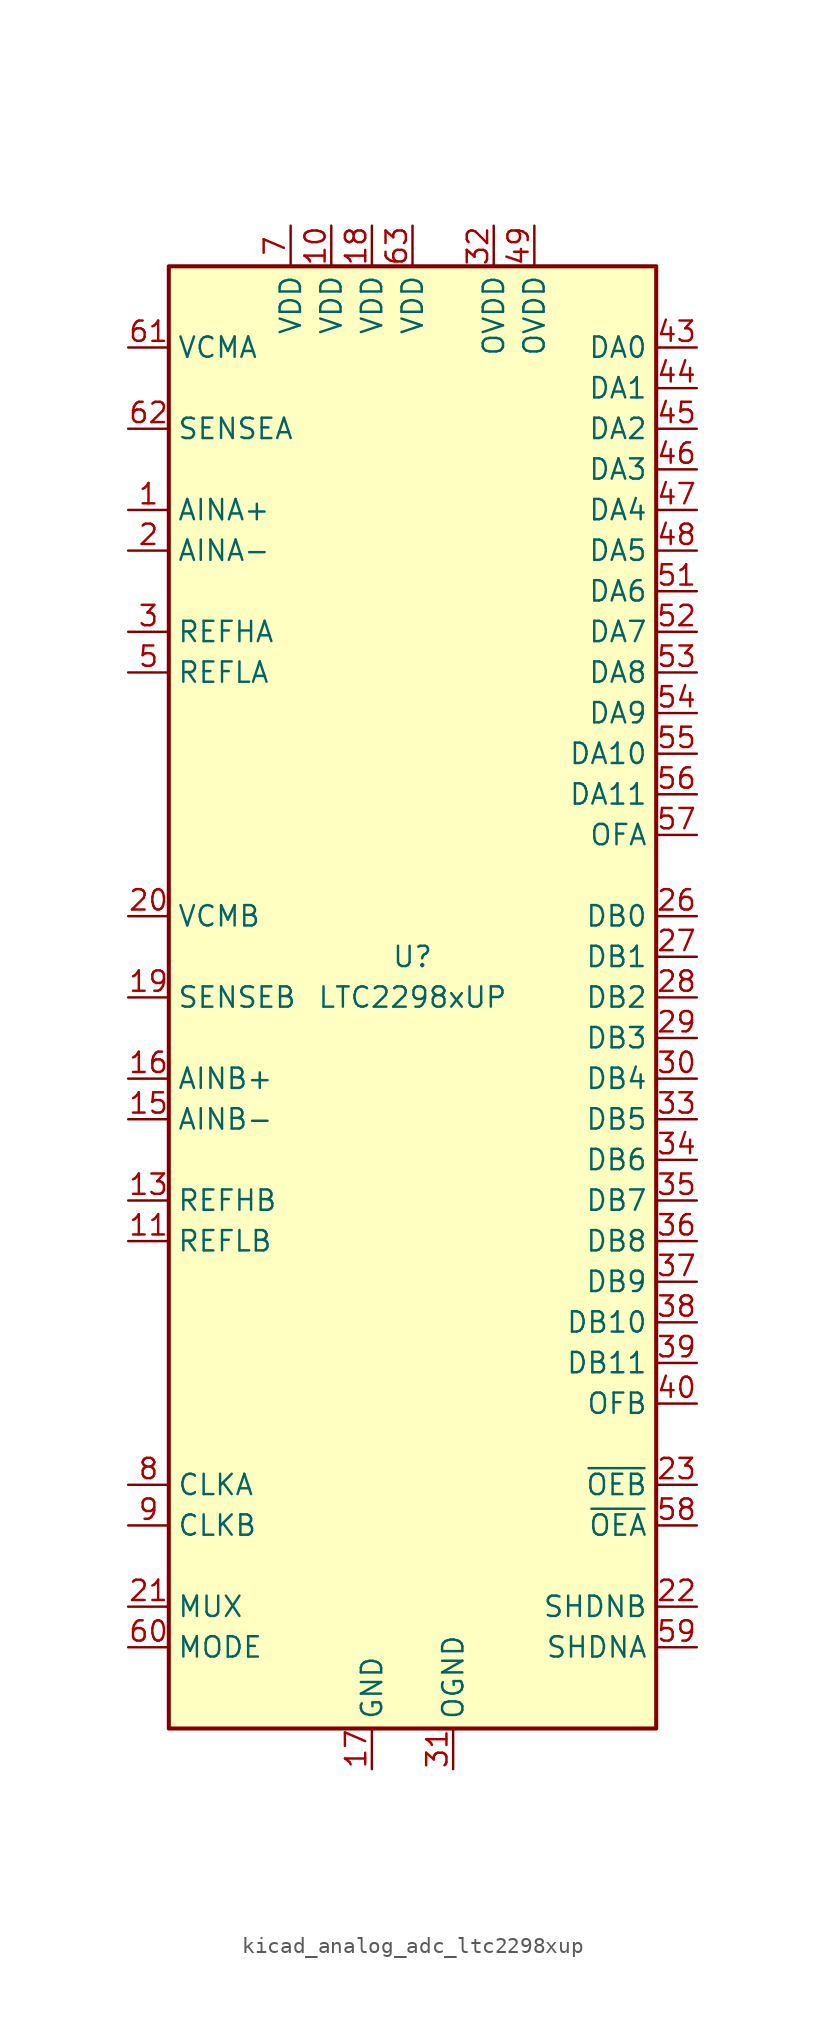
<source format=kicad_sym>
(kicad_symbol_lib
  (version 20220914)
  (generator kicad_symbol_editor)
  (symbol "kicad_analog_adc_ltc2298xup"
    (property "Reference" "U"
      (at 0 2.54 0)
      (effects (font (size 1.27 1.27))))
    (property "Value" "LTC2298xUP"
      (at 0 0 0)
      (effects (font (size 1.27 1.27))))
    (symbol "kicad_analog_adc_ltc2298xup_0_1"
      (rectangle (start -15.24 45.72) (end 15.24 -45.72) (stroke (width 0.254) (type default)) (fill (type background))))
    (symbol "kicad_analog_adc_ltc2298xup_1_1"
      (pin input line (at -17.78 30.48 0) (length 2.54) (name "AINA+" (effects (font (size 1.27 1.27)))) (number "1" (effects (font (size 1.27 1.27)))))
      (pin power_in line (at -5.08 48.26 270) (length 2.54) (name "VDD" (effects (font (size 1.27 1.27)))) (number "10" (effects (font (size 1.27 1.27)))))
      (pin input line (at -17.78 -15.24 0) (length 2.54) (name "REFLB" (effects (font (size 1.27 1.27)))) (number "11" (effects (font (size 1.27 1.27)))))
      (pin input line (at -17.78 -15.24 0) (length 2.54) hide (name "REFLB" (effects (font (size 1.27 1.27)))) (number "12" (effects (font (size 1.27 1.27)))))
      (pin input line (at -17.78 -12.7 0) (length 2.54) (name "REFHB" (effects (font (size 1.27 1.27)))) (number "13" (effects (font (size 1.27 1.27)))))
      (pin input line (at -17.78 -12.7 0) (length 2.54) hide (name "REFHB" (effects (font (size 1.27 1.27)))) (number "14" (effects (font (size 1.27 1.27)))))
      (pin input line (at -17.78 -7.62 0) (length 2.54) (name "AINB-" (effects (font (size 1.27 1.27)))) (number "15" (effects (font (size 1.27 1.27)))))
      (pin input line (at -17.78 -5.08 0) (length 2.54) (name "AINB+" (effects (font (size 1.27 1.27)))) (number "16" (effects (font (size 1.27 1.27)))))
      (pin power_in line (at -2.54 -48.26 90) (length 2.54) (name "GND" (effects (font (size 1.27 1.27)))) (number "17" (effects (font (size 1.27 1.27)))))
      (pin power_in line (at -2.54 48.26 270) (length 2.54) (name "VDD" (effects (font (size 1.27 1.27)))) (number "18" (effects (font (size 1.27 1.27)))))
      (pin input line (at -17.78 0 0) (length 2.54) (name "SENSEB" (effects (font (size 1.27 1.27)))) (number "19" (effects (font (size 1.27 1.27)))))
      (pin input line (at -17.78 27.94 0) (length 2.54) (name "AINA-" (effects (font (size 1.27 1.27)))) (number "2" (effects (font (size 1.27 1.27)))))
      (pin passive line (at -17.78 5.08 0) (length 2.54) (name "VCMB" (effects (font (size 1.27 1.27)))) (number "20" (effects (font (size 1.27 1.27)))))
      (pin input line (at -17.78 -38.1 0) (length 2.54) (name "MUX" (effects (font (size 1.27 1.27)))) (number "21" (effects (font (size 1.27 1.27)))))
      (pin input line (at 17.78 -38.1 180) (length 2.54) (name "SHDNB" (effects (font (size 1.27 1.27)))) (number "22" (effects (font (size 1.27 1.27)))))
      (pin input line (at 17.78 -30.48 180) (length 2.54) (name "~{OEB}" (effects (font (size 1.27 1.27)))) (number "23" (effects (font (size 1.27 1.27)))))
      (pin no_connect line (at -15.24 -20.32 0) (length 2.54) hide (name "NC" (effects (font (size 1.27 1.27)))) (number "24" (effects (font (size 1.27 1.27)))))
      (pin no_connect line (at -15.24 -22.86 0) (length 2.54) hide (name "NC" (effects (font (size 1.27 1.27)))) (number "25" (effects (font (size 1.27 1.27)))))
      (pin output line (at 17.78 5.08 180) (length 2.54) (name "DB0" (effects (font (size 1.27 1.27)))) (number "26" (effects (font (size 1.27 1.27)))))
      (pin output line (at 17.78 2.54 180) (length 2.54) (name "DB1" (effects (font (size 1.27 1.27)))) (number "27" (effects (font (size 1.27 1.27)))))
      (pin output line (at 17.78 0 180) (length 2.54) (name "DB2" (effects (font (size 1.27 1.27)))) (number "28" (effects (font (size 1.27 1.27)))))
      (pin output line (at 17.78 -2.54 180) (length 2.54) (name "DB3" (effects (font (size 1.27 1.27)))) (number "29" (effects (font (size 1.27 1.27)))))
      (pin input line (at -17.78 22.86 0) (length 2.54) (name "REFHA" (effects (font (size 1.27 1.27)))) (number "3" (effects (font (size 1.27 1.27)))))
      (pin output line (at 17.78 -5.08 180) (length 2.54) (name "DB4" (effects (font (size 1.27 1.27)))) (number "30" (effects (font (size 1.27 1.27)))))
      (pin power_in line (at 2.54 -48.26 90) (length 2.54) (name "OGND" (effects (font (size 1.27 1.27)))) (number "31" (effects (font (size 1.27 1.27)))))
      (pin power_in line (at 5.08 48.26 270) (length 2.54) (name "OVDD" (effects (font (size 1.27 1.27)))) (number "32" (effects (font (size 1.27 1.27)))))
      (pin output line (at 17.78 -7.62 180) (length 2.54) (name "DB5" (effects (font (size 1.27 1.27)))) (number "33" (effects (font (size 1.27 1.27)))))
      (pin output line (at 17.78 -10.16 180) (length 2.54) (name "DB6" (effects (font (size 1.27 1.27)))) (number "34" (effects (font (size 1.27 1.27)))))
      (pin output line (at 17.78 -12.7 180) (length 2.54) (name "DB7" (effects (font (size 1.27 1.27)))) (number "35" (effects (font (size 1.27 1.27)))))
      (pin output line (at 17.78 -15.24 180) (length 2.54) (name "DB8" (effects (font (size 1.27 1.27)))) (number "36" (effects (font (size 1.27 1.27)))))
      (pin output line (at 17.78 -17.78 180) (length 2.54) (name "DB9" (effects (font (size 1.27 1.27)))) (number "37" (effects (font (size 1.27 1.27)))))
      (pin output line (at 17.78 -20.32 180) (length 2.54) (name "DB10" (effects (font (size 1.27 1.27)))) (number "38" (effects (font (size 1.27 1.27)))))
      (pin output line (at 17.78 -22.86 180) (length 2.54) (name "DB11" (effects (font (size 1.27 1.27)))) (number "39" (effects (font (size 1.27 1.27)))))
      (pin input line (at -17.78 22.86 0) (length 2.54) hide (name "REFHA" (effects (font (size 1.27 1.27)))) (number "4" (effects (font (size 1.27 1.27)))))
      (pin output line (at 17.78 -25.4 180) (length 2.54) (name "OFB" (effects (font (size 1.27 1.27)))) (number "40" (effects (font (size 1.27 1.27)))))
      (pin no_connect line (at -15.24 -25.4 0) (length 2.54) hide (name "NC" (effects (font (size 1.27 1.27)))) (number "41" (effects (font (size 1.27 1.27)))))
      (pin no_connect line (at -15.24 -27.94 0) (length 2.54) hide (name "NC" (effects (font (size 1.27 1.27)))) (number "42" (effects (font (size 1.27 1.27)))))
      (pin output line (at 17.78 40.64 180) (length 2.54) (name "DA0" (effects (font (size 1.27 1.27)))) (number "43" (effects (font (size 1.27 1.27)))))
      (pin output line (at 17.78 38.1 180) (length 2.54) (name "DA1" (effects (font (size 1.27 1.27)))) (number "44" (effects (font (size 1.27 1.27)))))
      (pin output line (at 17.78 35.56 180) (length 2.54) (name "DA2" (effects (font (size 1.27 1.27)))) (number "45" (effects (font (size 1.27 1.27)))))
      (pin output line (at 17.78 33.02 180) (length 2.54) (name "DA3" (effects (font (size 1.27 1.27)))) (number "46" (effects (font (size 1.27 1.27)))))
      (pin output line (at 17.78 30.48 180) (length 2.54) (name "DA4" (effects (font (size 1.27 1.27)))) (number "47" (effects (font (size 1.27 1.27)))))
      (pin output line (at 17.78 27.94 180) (length 2.54) (name "DA5" (effects (font (size 1.27 1.27)))) (number "48" (effects (font (size 1.27 1.27)))))
      (pin power_in line (at 7.62 48.26 270) (length 2.54) (name "OVDD" (effects (font (size 1.27 1.27)))) (number "49" (effects (font (size 1.27 1.27)))))
      (pin input line (at -17.78 20.32 0) (length 2.54) (name "REFLA" (effects (font (size 1.27 1.27)))) (number "5" (effects (font (size 1.27 1.27)))))
      (pin passive line (at 2.54 -48.26 90) (length 2.54) hide (name "OGND" (effects (font (size 1.27 1.27)))) (number "50" (effects (font (size 1.27 1.27)))))
      (pin output line (at 17.78 25.4 180) (length 2.54) (name "DA6" (effects (font (size 1.27 1.27)))) (number "51" (effects (font (size 1.27 1.27)))))
      (pin output line (at 17.78 22.86 180) (length 2.54) (name "DA7" (effects (font (size 1.27 1.27)))) (number "52" (effects (font (size 1.27 1.27)))))
      (pin output line (at 17.78 20.32 180) (length 2.54) (name "DA8" (effects (font (size 1.27 1.27)))) (number "53" (effects (font (size 1.27 1.27)))))
      (pin output line (at 17.78 17.78 180) (length 2.54) (name "DA9" (effects (font (size 1.27 1.27)))) (number "54" (effects (font (size 1.27 1.27)))))
      (pin output line (at 17.78 15.24 180) (length 2.54) (name "DA10" (effects (font (size 1.27 1.27)))) (number "55" (effects (font (size 1.27 1.27)))))
      (pin output line (at 17.78 12.7 180) (length 2.54) (name "DA11" (effects (font (size 1.27 1.27)))) (number "56" (effects (font (size 1.27 1.27)))))
      (pin output line (at 17.78 10.16 180) (length 2.54) (name "OFA" (effects (font (size 1.27 1.27)))) (number "57" (effects (font (size 1.27 1.27)))))
      (pin input line (at 17.78 -33.02 180) (length 2.54) (name "~{OEA}" (effects (font (size 1.27 1.27)))) (number "58" (effects (font (size 1.27 1.27)))))
      (pin input line (at 17.78 -40.64 180) (length 2.54) (name "SHDNA" (effects (font (size 1.27 1.27)))) (number "59" (effects (font (size 1.27 1.27)))))
      (pin input line (at -17.78 20.32 0) (length 2.54) hide (name "REFLA" (effects (font (size 1.27 1.27)))) (number "6" (effects (font (size 1.27 1.27)))))
      (pin input line (at -17.78 -40.64 0) (length 2.54) (name "MODE" (effects (font (size 1.27 1.27)))) (number "60" (effects (font (size 1.27 1.27)))))
      (pin passive line (at -17.78 40.64 0) (length 2.54) (name "VCMA" (effects (font (size 1.27 1.27)))) (number "61" (effects (font (size 1.27 1.27)))))
      (pin input line (at -17.78 35.56 0) (length 2.54) (name "SENSEA" (effects (font (size 1.27 1.27)))) (number "62" (effects (font (size 1.27 1.27)))))
      (pin power_in line (at 0 48.26 270) (length 2.54) (name "VDD" (effects (font (size 1.27 1.27)))) (number "63" (effects (font (size 1.27 1.27)))))
      (pin passive line (at -2.54 -48.26 90) (length 2.54) hide (name "GND" (effects (font (size 1.27 1.27)))) (number "64" (effects (font (size 1.27 1.27)))))
      (pin passive line (at -2.54 -48.26 90) (length 2.54) hide (name "GND" (effects (font (size 1.27 1.27)))) (number "65" (effects (font (size 1.27 1.27)))))
      (pin power_in line (at -7.62 48.26 270) (length 2.54) (name "VDD" (effects (font (size 1.27 1.27)))) (number "7" (effects (font (size 1.27 1.27)))))
      (pin input line (at -17.78 -30.48 0) (length 2.54) (name "CLKA" (effects (font (size 1.27 1.27)))) (number "8" (effects (font (size 1.27 1.27)))))
      (pin input line (at -17.78 -33.02 0) (length 2.54) (name "CLKB" (effects (font (size 1.27 1.27)))) (number "9" (effects (font (size 1.27 1.27))))))))
</source>
